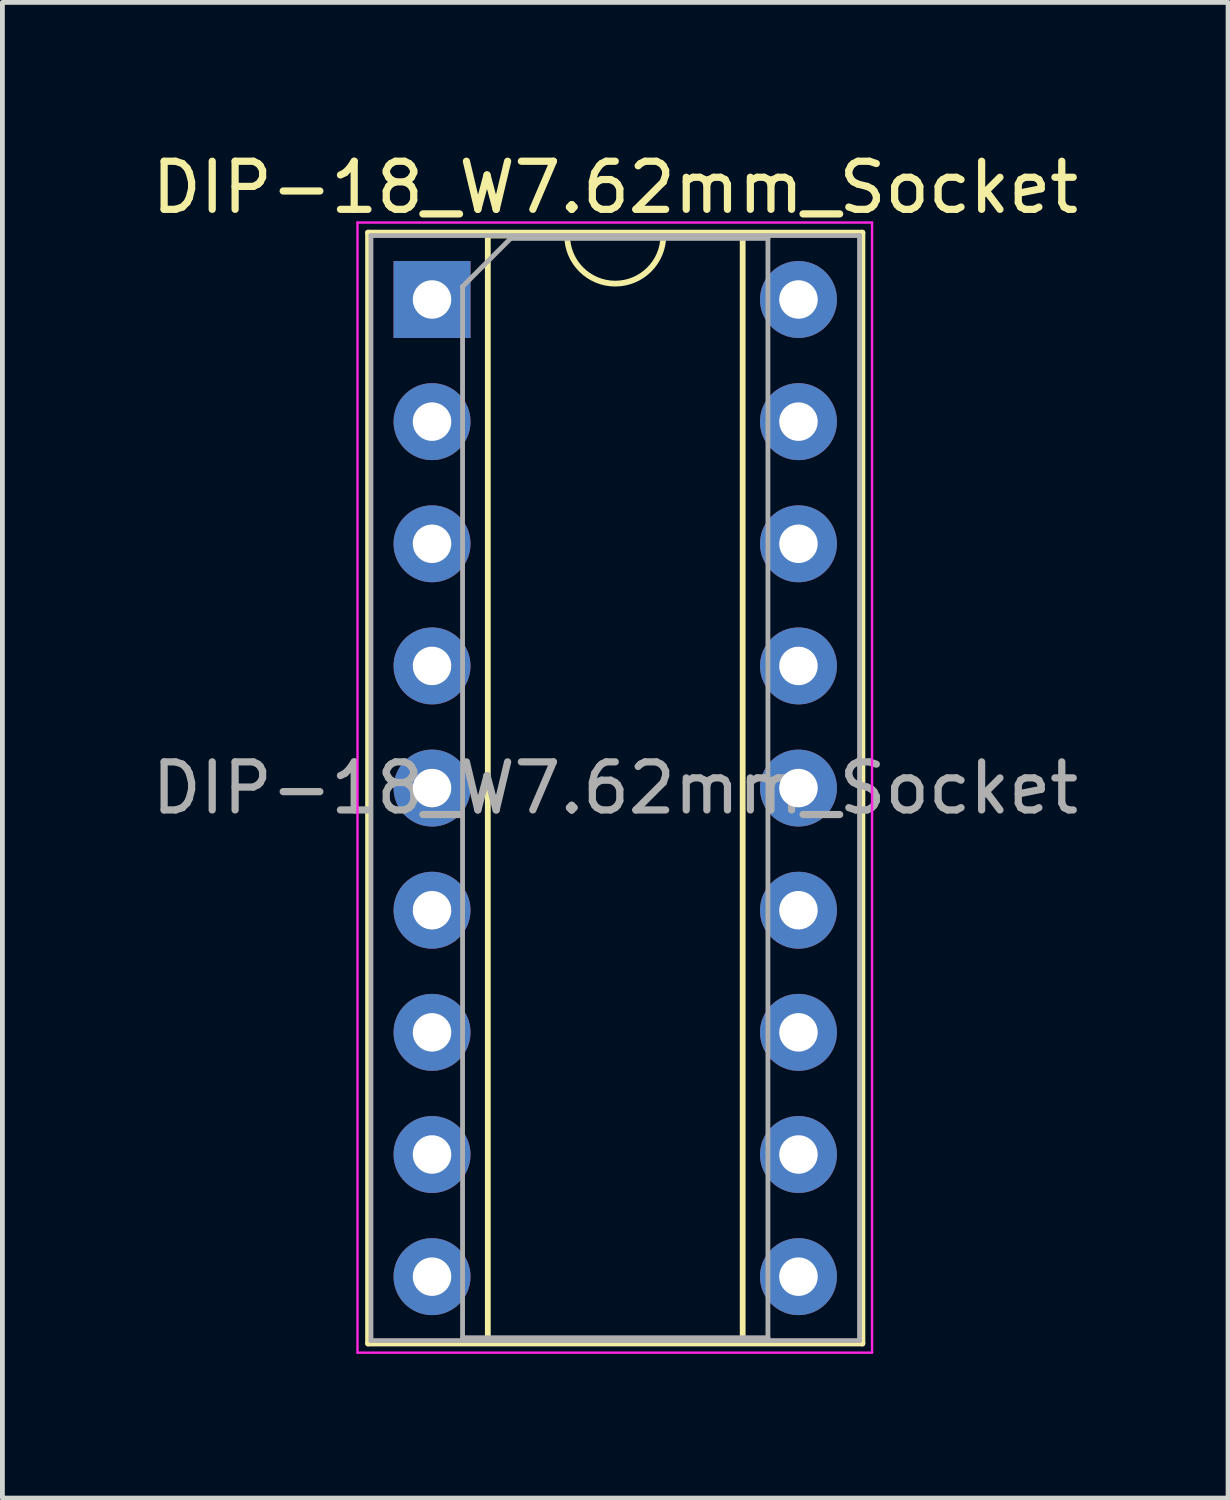
<source format=kicad_pcb>
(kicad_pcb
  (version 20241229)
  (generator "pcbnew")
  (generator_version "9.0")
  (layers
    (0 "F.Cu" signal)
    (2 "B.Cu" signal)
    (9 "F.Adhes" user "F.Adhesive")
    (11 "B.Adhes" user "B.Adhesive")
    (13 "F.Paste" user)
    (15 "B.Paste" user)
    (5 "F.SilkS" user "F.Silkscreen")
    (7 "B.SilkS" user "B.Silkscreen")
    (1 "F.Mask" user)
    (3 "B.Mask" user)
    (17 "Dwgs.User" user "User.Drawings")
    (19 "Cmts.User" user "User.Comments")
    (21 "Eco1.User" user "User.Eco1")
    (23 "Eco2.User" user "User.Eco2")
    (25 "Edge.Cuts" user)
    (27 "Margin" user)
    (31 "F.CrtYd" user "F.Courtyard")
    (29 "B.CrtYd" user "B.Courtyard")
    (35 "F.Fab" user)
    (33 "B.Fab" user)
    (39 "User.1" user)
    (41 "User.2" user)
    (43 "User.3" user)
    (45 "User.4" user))
  (footprint "DIP-18_W7.62mm_Socket"
    (layer "F.Cu")
    (at 5.934 3.178)
    (property "Reference" "DIP-18_W7.62mm_Socket" (at 3.81 -2.33 180) (layer "F.SilkS") (effects (font (size 1 1) (thickness 0.15))))
    (attr through_hole)
    (fp_line (start -1.33 -1.39) (end -1.33 21.71) (stroke (width 0.12) (type solid)) (layer "F.SilkS"))
    (fp_line (start -1.33 21.71) (end 8.95 21.71) (stroke (width 0.12) (type solid)) (layer "F.SilkS"))
    (fp_line (start 1.16 -1.33) (end 1.16 21.65) (stroke (width 0.12) (type solid)) (layer "F.SilkS"))
    (fp_line (start 1.16 21.65) (end 6.46 21.65) (stroke (width 0.12) (type solid)) (layer "F.SilkS"))
    (fp_line (start 2.81 -1.33) (end 1.16 -1.33) (stroke (width 0.12) (type solid)) (layer "F.SilkS"))
    (fp_line (start 6.46 -1.33) (end 4.81 -1.33) (stroke (width 0.12) (type solid)) (layer "F.SilkS"))
    (fp_line (start 6.46 21.65) (end 6.46 -1.33) (stroke (width 0.12) (type solid)) (layer "F.SilkS"))
    (fp_line (start 8.95 -1.39) (end -1.33 -1.39) (stroke (width 0.12) (type solid)) (layer "F.SilkS"))
    (fp_line (start 8.95 21.71) (end 8.95 -1.39) (stroke (width 0.12) (type solid)) (layer "F.SilkS"))
    (fp_arc (start 4.81 -1.33) (mid 3.81 -0.33) (end 2.81 -1.33) (stroke (width 0.12) (type solid)) (layer "F.SilkS"))
    (fp_line (start -1.55 -1.6) (end -1.55 21.9) (stroke (width 0.05) (type solid)) (layer "F.CrtYd"))
    (fp_line (start -1.55 21.9) (end 9.15 21.9) (stroke (width 0.05) (type solid)) (layer "F.CrtYd"))
    (fp_line (start 9.15 -1.6) (end -1.55 -1.6) (stroke (width 0.05) (type solid)) (layer "F.CrtYd"))
    (fp_line (start 9.15 21.9) (end 9.15 -1.6) (stroke (width 0.05) (type solid)) (layer "F.CrtYd"))
    (fp_line (start -1.27 -1.33) (end -1.27 21.65) (stroke (width 0.1) (type solid)) (layer "F.Fab"))
    (fp_line (start -1.27 21.65) (end 8.89 21.65) (stroke (width 0.1) (type solid)) (layer "F.Fab"))
    (fp_line (start 0.635 -0.27) (end 1.635 -1.27) (stroke (width 0.1) (type solid)) (layer "F.Fab"))
    (fp_line (start 0.635 21.59) (end 0.635 -0.27) (stroke (width 0.1) (type solid)) (layer "F.Fab"))
    (fp_line (start 1.635 -1.27) (end 6.985 -1.27) (stroke (width 0.1) (type solid)) (layer "F.Fab"))
    (fp_line (start 6.985 -1.27) (end 6.985 21.59) (stroke (width 0.1) (type solid)) (layer "F.Fab"))
    (fp_line (start 6.985 21.59) (end 0.635 21.59) (stroke (width 0.1) (type solid)) (layer "F.Fab"))
    (fp_line (start 8.89 -1.33) (end -1.27 -1.33) (stroke (width 0.1) (type solid)) (layer "F.Fab"))
    (fp_line (start 8.89 21.65) (end 8.89 -1.33) (stroke (width 0.1) (type solid)) (layer "F.Fab"))
    (fp_text user "${REFERENCE}" (at 3.81 10.16 180) (layer "F.Fab") (effects (font (size 1 1) (thickness 0.15))))
    (pad "1" thru_hole rect (at 0 0) (size 1.6 1.6) (drill 0.8) (layers "*.Cu" "*.Mask"))
    (pad "2" thru_hole oval (at 0 2.54) (size 1.6 1.6) (drill 0.8) (layers "*.Cu" "*.Mask"))
    (pad "3" thru_hole oval (at 0 5.08) (size 1.6 1.6) (drill 0.8) (layers "*.Cu" "*.Mask"))
    (pad "4" thru_hole oval (at 0 7.62) (size 1.6 1.6) (drill 0.8) (layers "*.Cu" "*.Mask"))
    (pad "5" thru_hole oval (at 0 10.16) (size 1.6 1.6) (drill 0.8) (layers "*.Cu" "*.Mask"))
    (pad "6" thru_hole oval (at 0 12.7) (size 1.6 1.6) (drill 0.8) (layers "*.Cu" "*.Mask"))
    (pad "7" thru_hole oval (at 0 15.24) (size 1.6 1.6) (drill 0.8) (layers "*.Cu" "*.Mask"))
    (pad "8" thru_hole oval (at 0 17.78) (size 1.6 1.6) (drill 0.8) (layers "*.Cu" "*.Mask"))
    (pad "9" thru_hole oval (at 0 20.32) (size 1.6 1.6) (drill 0.8) (layers "*.Cu" "*.Mask"))
    (pad "10" thru_hole oval (at 7.62 20.32) (size 1.6 1.6) (drill 0.8) (layers "*.Cu" "*.Mask"))
    (pad "11" thru_hole oval (at 7.62 17.78) (size 1.6 1.6) (drill 0.8) (layers "*.Cu" "*.Mask"))
    (pad "12" thru_hole oval (at 7.62 15.24) (size 1.6 1.6) (drill 0.8) (layers "*.Cu" "*.Mask"))
    (pad "13" thru_hole oval (at 7.62 12.7) (size 1.6 1.6) (drill 0.8) (layers "*.Cu" "*.Mask"))
    (pad "14" thru_hole oval (at 7.62 10.16) (size 1.6 1.6) (drill 0.8) (layers "*.Cu" "*.Mask"))
    (pad "15" thru_hole oval (at 7.62 7.62) (size 1.6 1.6) (drill 0.8) (layers "*.Cu" "*.Mask"))
    (pad "16" thru_hole oval (at 7.62 5.08) (size 1.6 1.6) (drill 0.8) (layers "*.Cu" "*.Mask"))
    (pad "17" thru_hole oval (at 7.62 2.54) (size 1.6 1.6) (drill 0.8) (layers "*.Cu" "*.Mask"))
    (pad "18" thru_hole oval (at 7.62 0) (size 1.6 1.6) (drill 0.8) (layers "*.Cu" "*.Mask")))
  (gr_rect
    (start -3 -3)
    (end 22.488 28.103)
    (stroke (width 0.1) (type default))
    (fill no)
    (layer "Edge.Cuts")))
</source>
